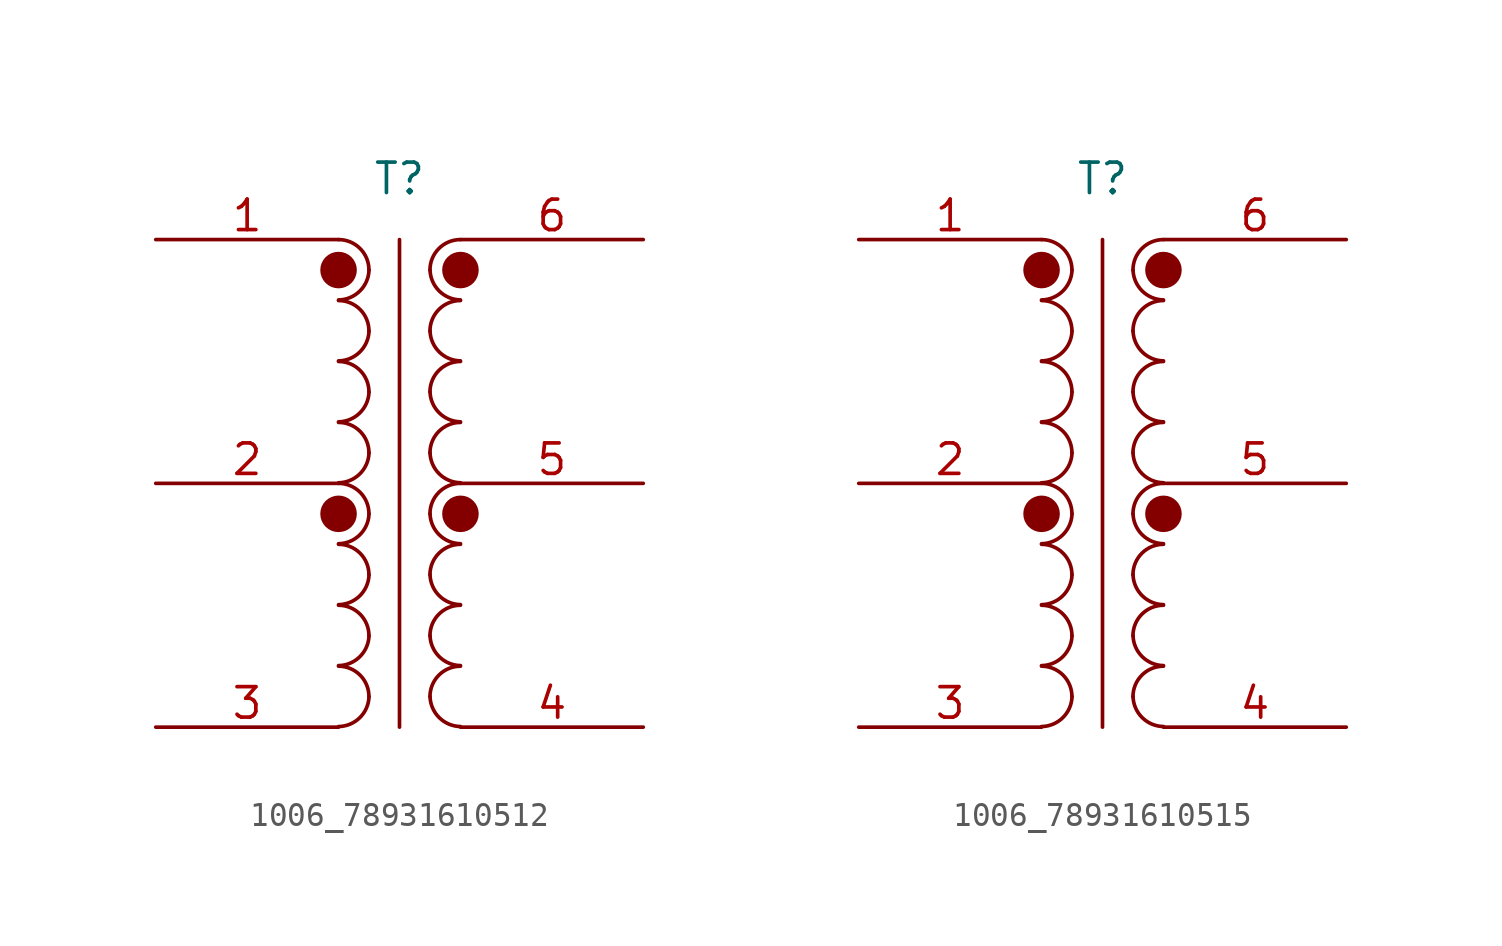
<source format=kicad_sym>
(kicad_symbol_lib
  (version 20220914)
  (generator kicad_symbol_editor)
  (symbol "1006_78931610512"
    (pin_names hide)
    (property "Reference" "T"
      (at 0 12.7 0)
      (effects (font (size 1.27 1.27))))
    (property "Critical Parameter" ""
      (at 0 -5.08 0)
      (effects (font (size 1.27 1.27)) (justify left)))
    (symbol "1006_78931610512_0_1"
      (arc (start -2.54 -10.1346) (mid -1.6561 -9.7663) (end -1.27 -8.89) (stroke (width 0) (type default)) (fill (type none)))
      (arc (start -2.54 -7.5946) (mid -1.6561 -7.2263) (end -1.27 -6.35) (stroke (width 0) (type default)) (fill (type none)))
      (arc (start -2.54 -5.0546) (mid -1.6561 -4.6863) (end -1.27 -3.81) (stroke (width 0) (type default)) (fill (type none)))
      (arc (start -2.54 -2.5146) (mid -1.6561 -2.1463) (end -1.27 -1.27) (stroke (width 0) (type default)) (fill (type none)))
      (arc (start -2.54 0.0254) (mid -1.6561 0.3937) (end -1.27 1.27) (stroke (width 0) (type default)) (fill (type none)))
      (arc (start -2.54 2.5654) (mid -1.6561 2.9337) (end -1.27 3.81) (stroke (width 0) (type default)) (fill (type none)))
      (arc (start -2.54 5.1054) (mid -1.6561 5.4737) (end -1.27 6.35) (stroke (width 0) (type default)) (fill (type none)))
      (arc (start -2.54 7.6454) (mid -1.6561 8.0137) (end -1.27 8.89) (stroke (width 0) (type default)) (fill (type none)))
      (arc (start -1.27 -8.89) (mid -1.642 -7.992) (end -2.54 -7.62) (stroke (width 0) (type default)) (fill (type none)))
      (arc (start -1.27 -6.35) (mid -1.642 -5.452) (end -2.54 -5.08) (stroke (width 0) (type default)) (fill (type none)))
      (arc (start -1.27 -3.81) (mid -1.642 -2.912) (end -2.54 -2.54) (stroke (width 0) (type default)) (fill (type none)))
      (arc (start -1.27 -1.27) (mid -1.642 -0.372) (end -2.54 0) (stroke (width 0) (type default)) (fill (type none)))
      (arc (start -1.27 1.27) (mid -1.642 2.168) (end -2.54 2.54) (stroke (width 0) (type default)) (fill (type none)))
      (arc (start -1.27 3.81) (mid -1.642 4.708) (end -2.54 5.08) (stroke (width 0) (type default)) (fill (type none)))
      (arc (start -1.27 6.35) (mid -1.642 7.248) (end -2.54 7.62) (stroke (width 0) (type default)) (fill (type none)))
      (arc (start -1.27 8.89) (mid -1.642 9.788) (end -2.54 10.16) (stroke (width 0) (type default)) (fill (type none)))
      (polyline (pts (xy 0 -10.16) (xy 0 10.16)) (stroke (width 0) (type default)) (fill (type none)))
      (arc (start 1.27 -8.89) (mid 1.6561 -9.7663) (end 2.54 -10.1346) (stroke (width 0) (type default)) (fill (type none)))
      (arc (start 1.27 -6.35) (mid 1.6561 -7.2263) (end 2.54 -7.5946) (stroke (width 0) (type default)) (fill (type none)))
      (arc (start 1.27 -3.81) (mid 1.6561 -4.6863) (end 2.54 -5.0546) (stroke (width 0) (type default)) (fill (type none)))
      (arc (start 1.27 -1.27) (mid 1.6561 -2.1463) (end 2.54 -2.5146) (stroke (width 0) (type default)) (fill (type none)))
      (arc (start 1.27 1.27) (mid 1.6561 0.3937) (end 2.54 0.0254) (stroke (width 0) (type default)) (fill (type none)))
      (arc (start 1.27 3.81) (mid 1.6561 2.9337) (end 2.54 2.5654) (stroke (width 0) (type default)) (fill (type none)))
      (arc (start 1.27 6.35) (mid 1.6561 5.4737) (end 2.54 5.1054) (stroke (width 0) (type default)) (fill (type none)))
      (arc (start 1.27 8.89) (mid 1.6561 8.0137) (end 2.54 7.6454) (stroke (width 0) (type default)) (fill (type none)))
      (arc (start 2.54 -7.62) (mid 1.642 -7.992) (end 1.27 -8.89) (stroke (width 0) (type default)) (fill (type none)))
      (arc (start 2.54 -5.08) (mid 1.642 -5.452) (end 1.27 -6.35) (stroke (width 0) (type default)) (fill (type none)))
      (arc (start 2.54 -2.54) (mid 1.642 -2.912) (end 1.27 -3.81) (stroke (width 0) (type default)) (fill (type none)))
      (arc (start 2.54 0) (mid 1.642 -0.372) (end 1.27 -1.27) (stroke (width 0) (type default)) (fill (type none)))
      (arc (start 2.54 2.54) (mid 1.642 2.168) (end 1.27 1.27) (stroke (width 0) (type default)) (fill (type none)))
      (arc (start 2.54 5.08) (mid 1.642 4.708) (end 1.27 3.81) (stroke (width 0) (type default)) (fill (type none)))
      (arc (start 2.54 7.62) (mid 1.642 7.248) (end 1.27 6.35) (stroke (width 0) (type default)) (fill (type none)))
      (arc (start 2.54 10.16) (mid 1.642 9.788) (end 1.27 8.89) (stroke (width 0) (type default)) (fill (type none))))
    (symbol "1006_78931610512_1_1"
      (circle (center -2.54 -1.27) (radius 0.0001) (stroke (width 0.762) (type default)) (fill (type none)))
      (circle (center -2.54 8.89) (radius 0.0001) (stroke (width 0.762) (type default)) (fill (type none)))
      (circle (center 2.54 -1.27) (radius 0.0001) (stroke (width 0.762) (type default)) (fill (type none)))
      (circle (center 2.54 8.89) (radius 0.0001) (stroke (width 0.762) (type default)) (fill (type none)))
      (pin passive line (at -10.16 10.16 0) (length 7.62) (name "1" (effects (font (size 1.27 1.27)))) (number "1" (effects (font (size 1.27 1.27)))))
      (pin passive line (at -10.16 0 0) (length 7.62) (name "2" (effects (font (size 1.27 1.27)))) (number "2" (effects (font (size 1.27 1.27)))))
      (pin passive line (at -10.16 -10.16 0) (length 7.62) (name "3" (effects (font (size 1.27 1.27)))) (number "3" (effects (font (size 1.27 1.27)))))
      (pin passive line (at 10.16 -10.16 180) (length 7.62) (name "4" (effects (font (size 1.27 1.27)))) (number "4" (effects (font (size 1.27 1.27)))))
      (pin passive line (at 10.16 0 180) (length 7.62) (name "5" (effects (font (size 1.27 1.27)))) (number "5" (effects (font (size 1.27 1.27)))))
      (pin passive line (at 10.16 10.16 180) (length 7.62) (name "6" (effects (font (size 1.27 1.27)))) (number "6" (effects (font (size 1.27 1.27)))))))
  (symbol "1006_78931610515"
    (pin_names hide)
    (property "Reference" "T"
      (at 0 12.7 0)
      (effects (font (size 1.27 1.27))))
    (property "Critical Parameter" ""
      (at 0 -5.08 0)
      (effects (font (size 1.27 1.27)) (justify left)))
    (symbol "1006_78931610515_0_1"
      (arc (start -2.54 -10.1346) (mid -1.6561 -9.7663) (end -1.27 -8.89) (stroke (width 0) (type default)) (fill (type none)))
      (arc (start -2.54 -7.5946) (mid -1.6561 -7.2263) (end -1.27 -6.35) (stroke (width 0) (type default)) (fill (type none)))
      (arc (start -2.54 -5.0546) (mid -1.6561 -4.6863) (end -1.27 -3.81) (stroke (width 0) (type default)) (fill (type none)))
      (arc (start -2.54 -2.5146) (mid -1.6561 -2.1463) (end -1.27 -1.27) (stroke (width 0) (type default)) (fill (type none)))
      (arc (start -2.54 0.0254) (mid -1.6561 0.3937) (end -1.27 1.27) (stroke (width 0) (type default)) (fill (type none)))
      (arc (start -2.54 2.5654) (mid -1.6561 2.9337) (end -1.27 3.81) (stroke (width 0) (type default)) (fill (type none)))
      (arc (start -2.54 5.1054) (mid -1.6561 5.4737) (end -1.27 6.35) (stroke (width 0) (type default)) (fill (type none)))
      (arc (start -2.54 7.6454) (mid -1.6561 8.0137) (end -1.27 8.89) (stroke (width 0) (type default)) (fill (type none)))
      (arc (start -1.27 -8.89) (mid -1.642 -7.992) (end -2.54 -7.62) (stroke (width 0) (type default)) (fill (type none)))
      (arc (start -1.27 -6.35) (mid -1.642 -5.452) (end -2.54 -5.08) (stroke (width 0) (type default)) (fill (type none)))
      (arc (start -1.27 -3.81) (mid -1.642 -2.912) (end -2.54 -2.54) (stroke (width 0) (type default)) (fill (type none)))
      (arc (start -1.27 -1.27) (mid -1.642 -0.372) (end -2.54 0) (stroke (width 0) (type default)) (fill (type none)))
      (arc (start -1.27 1.27) (mid -1.642 2.168) (end -2.54 2.54) (stroke (width 0) (type default)) (fill (type none)))
      (arc (start -1.27 3.81) (mid -1.642 4.708) (end -2.54 5.08) (stroke (width 0) (type default)) (fill (type none)))
      (arc (start -1.27 6.35) (mid -1.642 7.248) (end -2.54 7.62) (stroke (width 0) (type default)) (fill (type none)))
      (arc (start -1.27 8.89) (mid -1.642 9.788) (end -2.54 10.16) (stroke (width 0) (type default)) (fill (type none)))
      (polyline (pts (xy 0 -10.16) (xy 0 10.16)) (stroke (width 0) (type default)) (fill (type none)))
      (arc (start 1.27 -8.89) (mid 1.6561 -9.7663) (end 2.54 -10.1346) (stroke (width 0) (type default)) (fill (type none)))
      (arc (start 1.27 -6.35) (mid 1.6561 -7.2263) (end 2.54 -7.5946) (stroke (width 0) (type default)) (fill (type none)))
      (arc (start 1.27 -3.81) (mid 1.6561 -4.6863) (end 2.54 -5.0546) (stroke (width 0) (type default)) (fill (type none)))
      (arc (start 1.27 -1.27) (mid 1.6561 -2.1463) (end 2.54 -2.5146) (stroke (width 0) (type default)) (fill (type none)))
      (arc (start 1.27 1.27) (mid 1.6561 0.3937) (end 2.54 0.0254) (stroke (width 0) (type default)) (fill (type none)))
      (arc (start 1.27 3.81) (mid 1.6561 2.9337) (end 2.54 2.5654) (stroke (width 0) (type default)) (fill (type none)))
      (arc (start 1.27 6.35) (mid 1.6561 5.4737) (end 2.54 5.1054) (stroke (width 0) (type default)) (fill (type none)))
      (arc (start 1.27 8.89) (mid 1.6561 8.0137) (end 2.54 7.6454) (stroke (width 0) (type default)) (fill (type none)))
      (arc (start 2.54 -7.62) (mid 1.642 -7.992) (end 1.27 -8.89) (stroke (width 0) (type default)) (fill (type none)))
      (arc (start 2.54 -5.08) (mid 1.642 -5.452) (end 1.27 -6.35) (stroke (width 0) (type default)) (fill (type none)))
      (arc (start 2.54 -2.54) (mid 1.642 -2.912) (end 1.27 -3.81) (stroke (width 0) (type default)) (fill (type none)))
      (arc (start 2.54 0) (mid 1.642 -0.372) (end 1.27 -1.27) (stroke (width 0) (type default)) (fill (type none)))
      (arc (start 2.54 2.54) (mid 1.642 2.168) (end 1.27 1.27) (stroke (width 0) (type default)) (fill (type none)))
      (arc (start 2.54 5.08) (mid 1.642 4.708) (end 1.27 3.81) (stroke (width 0) (type default)) (fill (type none)))
      (arc (start 2.54 7.62) (mid 1.642 7.248) (end 1.27 6.35) (stroke (width 0) (type default)) (fill (type none)))
      (arc (start 2.54 10.16) (mid 1.642 9.788) (end 1.27 8.89) (stroke (width 0) (type default)) (fill (type none))))
    (symbol "1006_78931610515_1_1"
      (circle (center -2.54 -1.27) (radius 0.0001) (stroke (width 0.762) (type default)) (fill (type none)))
      (circle (center -2.54 8.89) (radius 0.0001) (stroke (width 0.762) (type default)) (fill (type none)))
      (circle (center 2.54 -1.27) (radius 0.0001) (stroke (width 0.762) (type default)) (fill (type none)))
      (circle (center 2.54 8.89) (radius 0.0001) (stroke (width 0.762) (type default)) (fill (type none)))
      (pin passive line (at -10.16 10.16 0) (length 7.62) (name "1" (effects (font (size 1.27 1.27)))) (number "1" (effects (font (size 1.27 1.27)))))
      (pin passive line (at -10.16 0 0) (length 7.62) (name "2" (effects (font (size 1.27 1.27)))) (number "2" (effects (font (size 1.27 1.27)))))
      (pin passive line (at -10.16 -10.16 0) (length 7.62) (name "3" (effects (font (size 1.27 1.27)))) (number "3" (effects (font (size 1.27 1.27)))))
      (pin passive line (at 10.16 -10.16 180) (length 7.62) (name "4" (effects (font (size 1.27 1.27)))) (number "4" (effects (font (size 1.27 1.27)))))
      (pin passive line (at 10.16 0 180) (length 7.62) (name "5" (effects (font (size 1.27 1.27)))) (number "5" (effects (font (size 1.27 1.27)))))
      (pin passive line (at 10.16 10.16 180) (length 7.62) (name "6" (effects (font (size 1.27 1.27)))) (number "6" (effects (font (size 1.27 1.27))))))))
</source>
